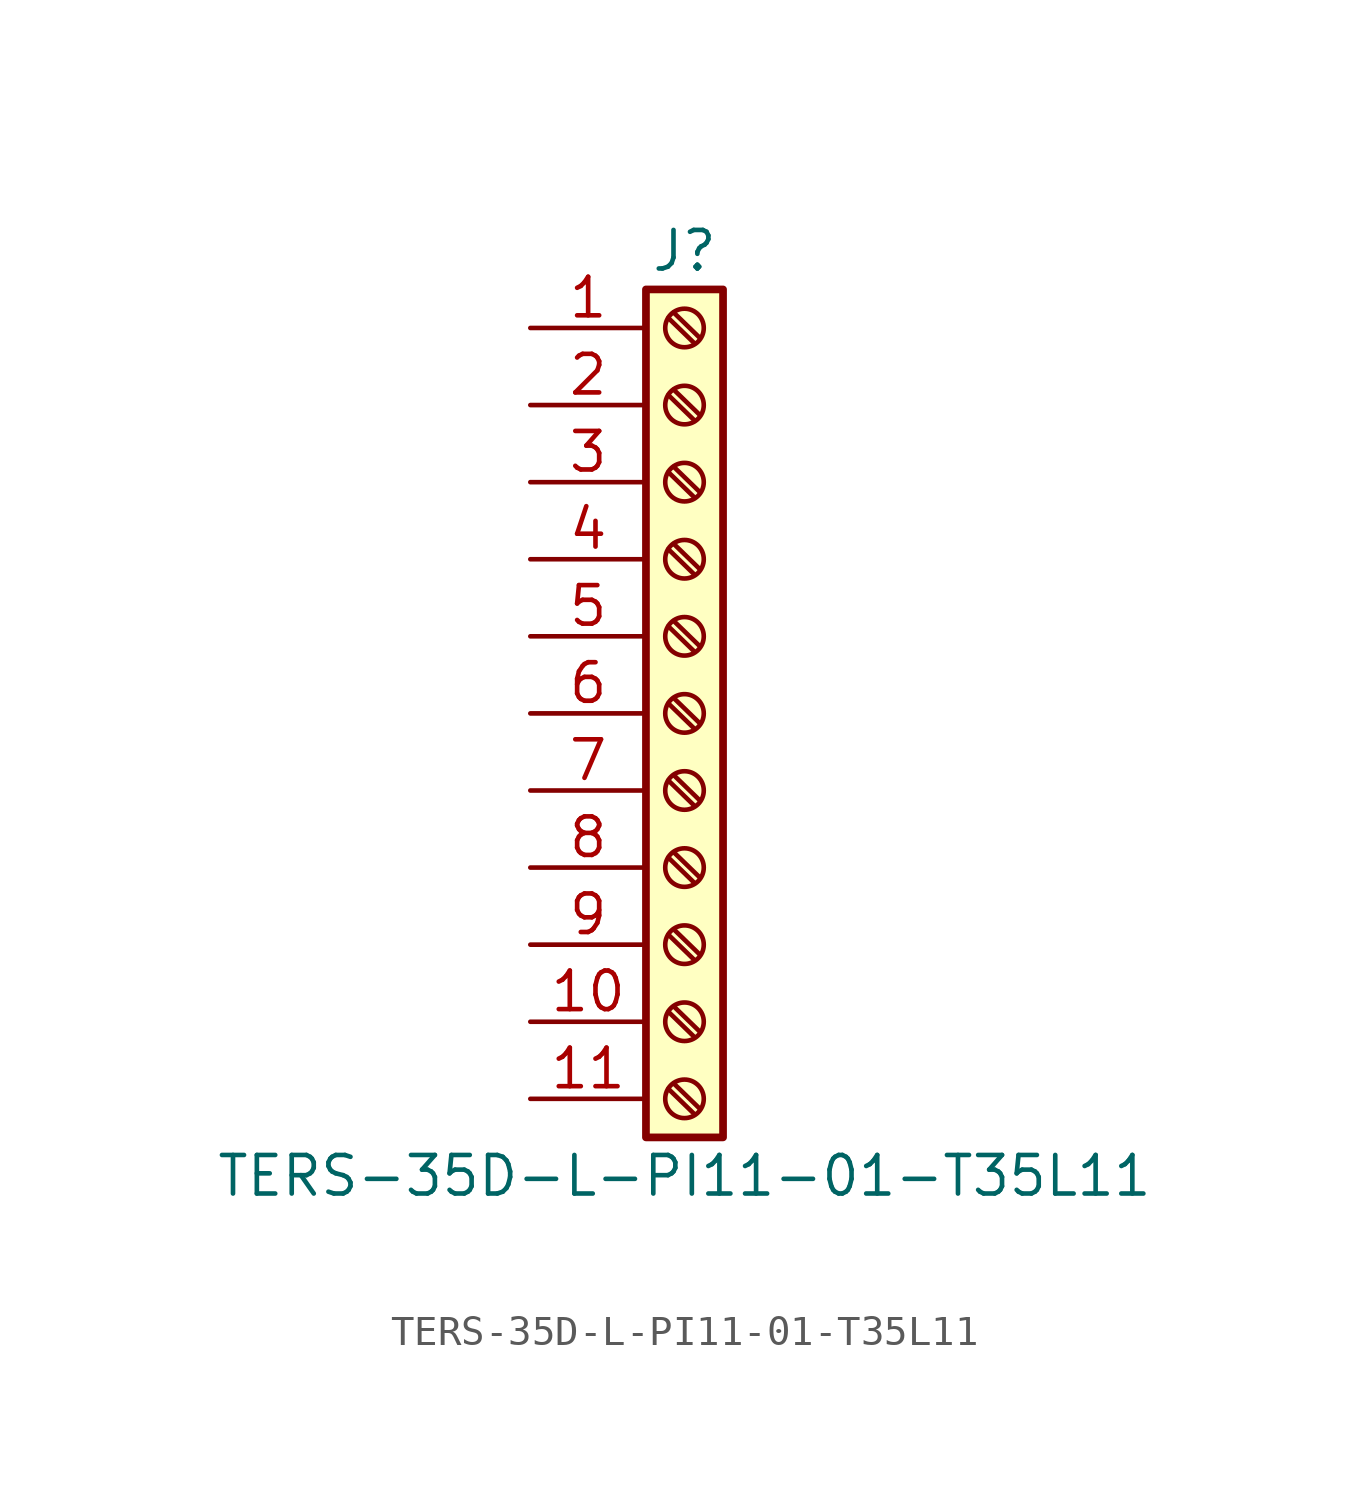
<source format=kicad_sym>
(kicad_symbol_lib
  (version 20211014)
  (generator kicad_symbol_editor)
  (symbol "TERS-35D-L-PI11-01-T35L11"
    (pin_names
      (offset 1.016) hide)
    (property "Reference" "J"
      (at 0 15.24 0)
      (effects (font (size 1.27 1.27))))
    (property "Value" "TERS-35D-L-PI11-01-T35L11"
      (at 0 -15.24 0)
      (effects (font (size 1.27 1.27))))
    (symbol "TERS-35D-L-PI11-01-T35L11_1_1"
      (rectangle (start -1.27 13.97) (end 1.27 -13.97) (stroke (width 0.254) (type default) (color 0 0 0 0)) (fill (type background)))
      (circle (center 0 -12.7) (radius 0.635) (stroke (width 0.152) (type default) (color 0 0 0 0)) (fill (type none)))
      (circle (center 0 -10.16) (radius 0.635) (stroke (width 0.152) (type default) (color 0 0 0 0)) (fill (type none)))
      (circle (center 0 -7.62) (radius 0.635) (stroke (width 0.152) (type default) (color 0 0 0 0)) (fill (type none)))
      (circle (center 0 -5.08) (radius 0.635) (stroke (width 0.152) (type default) (color 0 0 0 0)) (fill (type none)))
      (circle (center 0 -2.54) (radius 0.635) (stroke (width 0.152) (type default) (color 0 0 0 0)) (fill (type none)))
      (polyline (pts (xy -0.533 -12.37) (xy 0.33 -13.208)) (stroke (width 0.152) (type default) (color 0 0 0 0)) (fill (type none)))
      (polyline (pts (xy -0.533 -9.83) (xy 0.33 -10.668)) (stroke (width 0.152) (type default) (color 0 0 0 0)) (fill (type none)))
      (polyline (pts (xy -0.533 -7.29) (xy 0.33 -8.128)) (stroke (width 0.152) (type default) (color 0 0 0 0)) (fill (type none)))
      (polyline (pts (xy -0.533 -4.75) (xy 0.33 -5.588)) (stroke (width 0.152) (type default) (color 0 0 0 0)) (fill (type none)))
      (polyline (pts (xy -0.533 -2.21) (xy 0.33 -3.048)) (stroke (width 0.152) (type default) (color 0 0 0 0)) (fill (type none)))
      (polyline (pts (xy -0.533 0.33) (xy 0.33 -0.508)) (stroke (width 0.152) (type default) (color 0 0 0 0)) (fill (type none)))
      (polyline (pts (xy -0.533 2.87) (xy 0.33 2.032)) (stroke (width 0.152) (type default) (color 0 0 0 0)) (fill (type none)))
      (polyline (pts (xy -0.533 5.41) (xy 0.33 4.572)) (stroke (width 0.152) (type default) (color 0 0 0 0)) (fill (type none)))
      (polyline (pts (xy -0.533 7.95) (xy 0.33 7.112)) (stroke (width 0.152) (type default) (color 0 0 0 0)) (fill (type none)))
      (polyline (pts (xy -0.533 10.49) (xy 0.33 9.652)) (stroke (width 0.152) (type default) (color 0 0 0 0)) (fill (type none)))
      (polyline (pts (xy -0.533 13.03) (xy 0.33 12.192)) (stroke (width 0.152) (type default) (color 0 0 0 0)) (fill (type none)))
      (polyline (pts (xy -0.356 -12.192) (xy 0.508 -13.03)) (stroke (width 0.152) (type default) (color 0 0 0 0)) (fill (type none)))
      (polyline (pts (xy -0.356 -9.652) (xy 0.508 -10.49)) (stroke (width 0.152) (type default) (color 0 0 0 0)) (fill (type none)))
      (polyline (pts (xy -0.356 -7.112) (xy 0.508 -7.95)) (stroke (width 0.152) (type default) (color 0 0 0 0)) (fill (type none)))
      (polyline (pts (xy -0.356 -4.572) (xy 0.508 -5.41)) (stroke (width 0.152) (type default) (color 0 0 0 0)) (fill (type none)))
      (polyline (pts (xy -0.356 -2.032) (xy 0.508 -2.87)) (stroke (width 0.152) (type default) (color 0 0 0 0)) (fill (type none)))
      (polyline (pts (xy -0.356 0.508) (xy 0.508 -0.33)) (stroke (width 0.152) (type default) (color 0 0 0 0)) (fill (type none)))
      (polyline (pts (xy -0.356 3.048) (xy 0.508 2.21)) (stroke (width 0.152) (type default) (color 0 0 0 0)) (fill (type none)))
      (polyline (pts (xy -0.356 5.588) (xy 0.508 4.75)) (stroke (width 0.152) (type default) (color 0 0 0 0)) (fill (type none)))
      (polyline (pts (xy -0.356 8.128) (xy 0.508 7.29)) (stroke (width 0.152) (type default) (color 0 0 0 0)) (fill (type none)))
      (polyline (pts (xy -0.356 10.668) (xy 0.508 9.83)) (stroke (width 0.152) (type default) (color 0 0 0 0)) (fill (type none)))
      (polyline (pts (xy -0.356 13.208) (xy 0.508 12.37)) (stroke (width 0.152) (type default) (color 0 0 0 0)) (fill (type none)))
      (circle (center 0 0) (radius 0.635) (stroke (width 0.152) (type default) (color 0 0 0 0)) (fill (type none)))
      (circle (center 0 2.54) (radius 0.635) (stroke (width 0.152) (type default) (color 0 0 0 0)) (fill (type none)))
      (circle (center 0 5.08) (radius 0.635) (stroke (width 0.152) (type default) (color 0 0 0 0)) (fill (type none)))
      (circle (center 0 7.62) (radius 0.635) (stroke (width 0.152) (type default) (color 0 0 0 0)) (fill (type none)))
      (circle (center 0 10.16) (radius 0.635) (stroke (width 0.152) (type default) (color 0 0 0 0)) (fill (type none)))
      (circle (center 0 12.7) (radius 0.635) (stroke (width 0.152) (type default) (color 0 0 0 0)) (fill (type none)))
      (pin passive line (at -5.08 12.7 0) (length 3.81) (name "Pin_1" (effects (font (size 1.27 1.27)))) (number "1" (effects (font (size 1.27 1.27)))))
      (pin passive line (at -5.08 -10.16 0) (length 3.81) (name "Pin_10" (effects (font (size 1.27 1.27)))) (number "10" (effects (font (size 1.27 1.27)))))
      (pin passive line (at -5.08 -12.7 0) (length 3.81) (name "Pin_11" (effects (font (size 1.27 1.27)))) (number "11" (effects (font (size 1.27 1.27)))))
      (pin passive line (at -5.08 10.16 0) (length 3.81) (name "Pin_2" (effects (font (size 1.27 1.27)))) (number "2" (effects (font (size 1.27 1.27)))))
      (pin passive line (at -5.08 7.62 0) (length 3.81) (name "Pin_3" (effects (font (size 1.27 1.27)))) (number "3" (effects (font (size 1.27 1.27)))))
      (pin passive line (at -5.08 5.08 0) (length 3.81) (name "Pin_4" (effects (font (size 1.27 1.27)))) (number "4" (effects (font (size 1.27 1.27)))))
      (pin passive line (at -5.08 2.54 0) (length 3.81) (name "Pin_5" (effects (font (size 1.27 1.27)))) (number "5" (effects (font (size 1.27 1.27)))))
      (pin passive line (at -5.08 0 0) (length 3.81) (name "Pin_6" (effects (font (size 1.27 1.27)))) (number "6" (effects (font (size 1.27 1.27)))))
      (pin passive line (at -5.08 -2.54 0) (length 3.81) (name "Pin_7" (effects (font (size 1.27 1.27)))) (number "7" (effects (font (size 1.27 1.27)))))
      (pin passive line (at -5.08 -5.08 0) (length 3.81) (name "Pin_8" (effects (font (size 1.27 1.27)))) (number "8" (effects (font (size 1.27 1.27)))))
      (pin passive line (at -5.08 -7.62 0) (length 3.81) (name "Pin_9" (effects (font (size 1.27 1.27)))) (number "9" (effects (font (size 1.27 1.27))))))))
</source>
